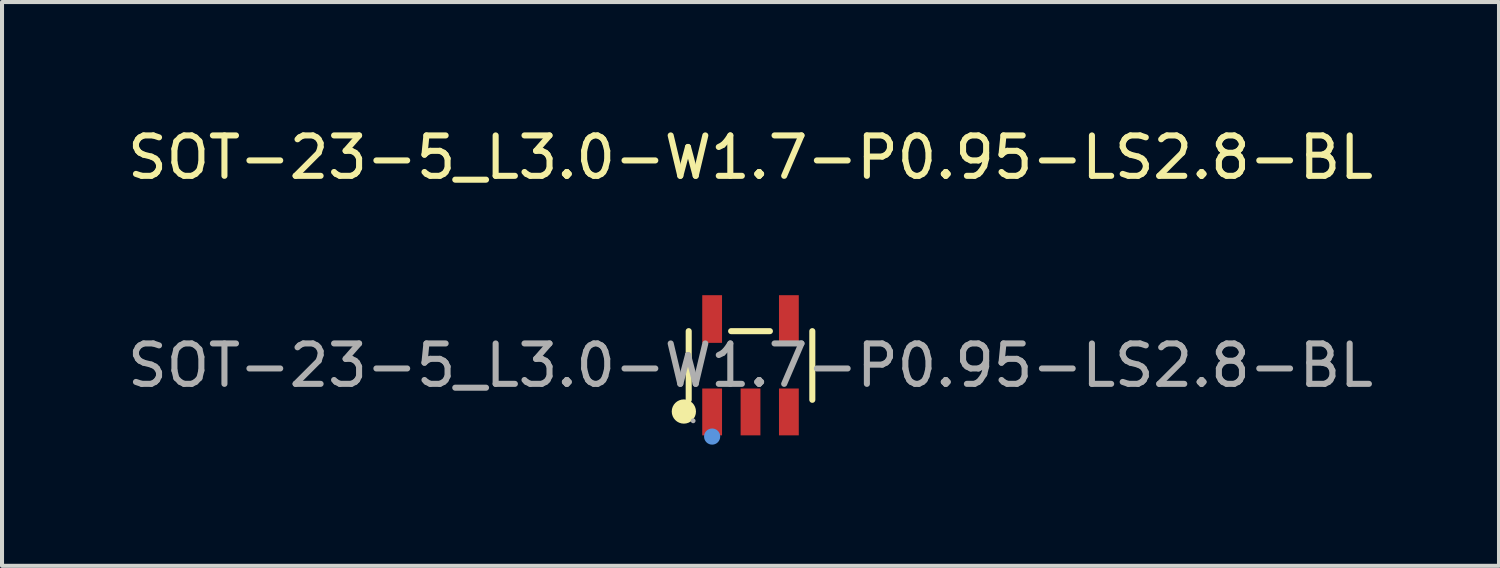
<source format=kicad_pcb>
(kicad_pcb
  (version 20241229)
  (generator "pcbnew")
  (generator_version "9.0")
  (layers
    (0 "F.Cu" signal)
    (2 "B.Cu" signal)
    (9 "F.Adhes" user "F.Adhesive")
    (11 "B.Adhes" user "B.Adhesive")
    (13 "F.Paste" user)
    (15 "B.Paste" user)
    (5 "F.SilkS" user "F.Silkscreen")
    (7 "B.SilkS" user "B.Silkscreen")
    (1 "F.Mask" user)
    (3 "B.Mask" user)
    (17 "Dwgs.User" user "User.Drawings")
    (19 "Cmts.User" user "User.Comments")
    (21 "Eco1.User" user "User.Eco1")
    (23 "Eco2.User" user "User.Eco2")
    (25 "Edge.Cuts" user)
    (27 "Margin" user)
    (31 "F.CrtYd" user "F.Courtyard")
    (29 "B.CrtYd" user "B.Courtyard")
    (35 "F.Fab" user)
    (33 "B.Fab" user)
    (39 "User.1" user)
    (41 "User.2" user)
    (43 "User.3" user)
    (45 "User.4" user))
  (footprint "SOT-23-5_L3.0-W1.7-P0.95-LS2.8-BL"
    (layer "F.Cu")
    (at 15.53 5.998)
    (property "Reference" "SOT-23-5_L3.0-W1.7-P0.95-LS2.8-BL" (at 0 -5.15 0) (layer "F.SilkS") (effects (font (size 1 1) (thickness 0.15))))
    (attr smd)
    (fp_line (start -1.53 0.85) (end -1.53 -0.85) (stroke (width 0.15) (type solid)) (layer "F.SilkS"))
    (fp_line (start 0.48 -0.85) (end -0.48 -0.85) (stroke (width 0.15) (type solid)) (layer "F.SilkS"))
    (fp_line (start 1.53 0.85) (end 1.53 -0.85) (stroke (width 0.15) (type solid)) (layer "F.SilkS"))
    (fp_circle (center -1.65 1.14) (end -1.5 1.14) (stroke (width 0.3) (type solid)) (fill no) (layer "F.SilkS"))
    (fp_circle (center -0.95 1.76) (end -0.85 1.76) (stroke (width 0.2) (type solid)) (fill no) (layer "Cmts.User"))
    (fp_circle (center -1.42 1.37) (end -1.39 1.37) (stroke (width 0.06) (type solid)) (fill no) (layer "F.Fab"))
    (fp_text user "${REFERENCE}" (at 0 0 0) (layer "F.Fab") (effects (font (size 1 1) (thickness 0.15))))
    (pad "1" smd rect (at -0.95 1.15) (size 0.49 1.16) (layers "F.Cu" "F.Mask" "F.Paste"))
    (pad "2" smd rect (at 0 1.15) (size 0.49 1.16) (layers "F.Cu" "F.Mask" "F.Paste"))
    (pad "3" smd rect (at 0.95 1.15) (size 0.49 1.16) (layers "F.Cu" "F.Mask" "F.Paste"))
    (pad "4" smd rect (at 0.95 -1.15) (size 0.49 1.18) (layers "F.Cu" "F.Mask" "F.Paste"))
    (pad "5" smd rect (at -0.95 -1.15) (size 0.49 1.18) (layers "F.Cu" "F.Mask" "F.Paste")))
  (gr_rect
    (start -3 -3)
    (end 34.06 10.958)
    (stroke (width 0.1) (type default))
    (fill no)
    (layer "Edge.Cuts")))
</source>
